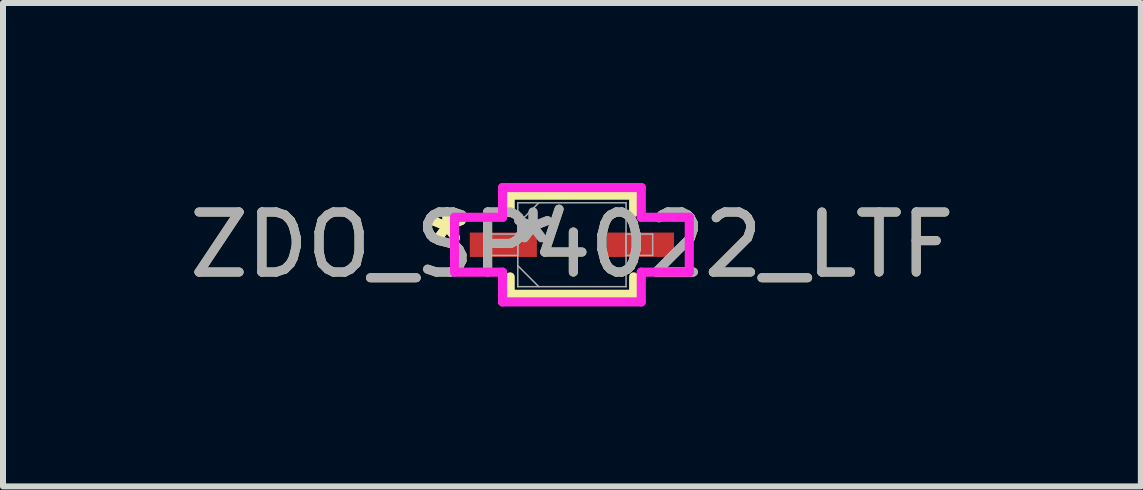
<source format=kicad_pcb>
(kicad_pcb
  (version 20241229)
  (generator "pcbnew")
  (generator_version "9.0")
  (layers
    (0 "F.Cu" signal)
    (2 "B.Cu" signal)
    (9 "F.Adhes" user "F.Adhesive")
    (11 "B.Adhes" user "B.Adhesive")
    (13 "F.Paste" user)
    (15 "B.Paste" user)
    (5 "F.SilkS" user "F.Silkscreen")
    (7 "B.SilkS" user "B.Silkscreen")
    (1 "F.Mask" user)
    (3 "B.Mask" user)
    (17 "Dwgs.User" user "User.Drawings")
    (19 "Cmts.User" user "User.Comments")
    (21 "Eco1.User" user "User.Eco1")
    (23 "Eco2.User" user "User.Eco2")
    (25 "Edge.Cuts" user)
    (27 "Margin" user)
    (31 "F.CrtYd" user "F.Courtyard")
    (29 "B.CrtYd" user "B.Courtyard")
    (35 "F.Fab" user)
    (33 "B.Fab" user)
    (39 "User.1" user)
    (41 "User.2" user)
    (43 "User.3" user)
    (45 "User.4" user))
  (footprint "ZDO_SP4022_LTF"
    (layer "F.Cu")
    (at 6.482 1.029)
    (property "Reference" "ZDO_SP4022_LTF" (at 0 0 0) (unlocked yes) (layer "F.SilkS") (effects (font (size 1 1) (thickness 0.15))))
    (attr smd)
    (fp_line (start -1.029 -0.826) (end -1.029 -0.536) (stroke (width 0.152) (type solid)) (layer "F.SilkS"))
    (fp_line (start -1.029 0.536) (end -1.029 0.826) (stroke (width 0.152) (type solid)) (layer "F.SilkS"))
    (fp_line (start -1.029 0.826) (end 1.029 0.826) (stroke (width 0.152) (type solid)) (layer "F.SilkS"))
    (fp_line (start 1.029 -0.826) (end -1.029 -0.826) (stroke (width 0.152) (type solid)) (layer "F.SilkS"))
    (fp_line (start 1.029 -0.536) (end 1.029 -0.826) (stroke (width 0.152) (type solid)) (layer "F.SilkS"))
    (fp_line (start 1.029 0.826) (end 1.029 0.536) (stroke (width 0.152) (type solid)) (layer "F.SilkS"))
    (fp_line (start -1.956 -0.457) (end -1.156 -0.457) (stroke (width 0.152) (type solid)) (layer "F.CrtYd"))
    (fp_line (start -1.956 0.457) (end -1.956 -0.457) (stroke (width 0.152) (type solid)) (layer "F.CrtYd"))
    (fp_line (start -1.156 -0.953) (end 1.156 -0.953) (stroke (width 0.152) (type solid)) (layer "F.CrtYd"))
    (fp_line (start -1.156 -0.457) (end -1.156 -0.953) (stroke (width 0.152) (type solid)) (layer "F.CrtYd"))
    (fp_line (start -1.156 0.457) (end -1.956 0.457) (stroke (width 0.152) (type solid)) (layer "F.CrtYd"))
    (fp_line (start -1.156 0.953) (end -1.156 0.457) (stroke (width 0.152) (type solid)) (layer "F.CrtYd"))
    (fp_line (start 1.156 -0.953) (end 1.156 -0.457) (stroke (width 0.152) (type solid)) (layer "F.CrtYd"))
    (fp_line (start 1.156 -0.457) (end 1.956 -0.457) (stroke (width 0.152) (type solid)) (layer "F.CrtYd"))
    (fp_line (start 1.156 0.457) (end 1.156 0.953) (stroke (width 0.152) (type solid)) (layer "F.CrtYd"))
    (fp_line (start 1.156 0.953) (end -1.156 0.953) (stroke (width 0.152) (type solid)) (layer "F.CrtYd"))
    (fp_line (start 1.956 -0.457) (end 1.956 0.457) (stroke (width 0.152) (type solid)) (layer "F.CrtYd"))
    (fp_line (start 1.956 0.457) (end 1.156 0.457) (stroke (width 0.152) (type solid)) (layer "F.CrtYd"))
    (fp_line (start -1.346 -0.178) (end -1.346 0.178) (stroke (width 0.025) (type solid)) (layer "F.Fab"))
    (fp_line (start -1.346 0.178) (end -0.902 0.178) (stroke (width 0.025) (type solid)) (layer "F.Fab"))
    (fp_line (start -0.902 -0.699) (end -0.902 0.699) (stroke (width 0.025) (type solid)) (layer "F.Fab"))
    (fp_line (start -0.902 -0.349) (end -0.552 -0.699) (stroke (width 0.025) (type solid)) (layer "F.Fab"))
    (fp_line (start -0.902 -0.178) (end -1.346 -0.178) (stroke (width 0.025) (type solid)) (layer "F.Fab"))
    (fp_line (start -0.902 0.178) (end -0.902 -0.178) (stroke (width 0.025) (type solid)) (layer "F.Fab"))
    (fp_line (start -0.902 0.349) (end -0.552 0.699) (stroke (width 0.025) (type solid)) (layer "F.Fab"))
    (fp_line (start -0.902 0.699) (end 0.902 0.699) (stroke (width 0.025) (type solid)) (layer "F.Fab"))
    (fp_line (start 0.902 -0.699) (end -0.902 -0.699) (stroke (width 0.025) (type solid)) (layer "F.Fab"))
    (fp_line (start 0.902 -0.178) (end 0.902 0.178) (stroke (width 0.025) (type solid)) (layer "F.Fab"))
    (fp_line (start 0.902 0.178) (end 1.346 0.178) (stroke (width 0.025) (type solid)) (layer "F.Fab"))
    (fp_line (start 0.902 0.699) (end 0.902 -0.699) (stroke (width 0.025) (type solid)) (layer "F.Fab"))
    (fp_line (start 1.346 -0.178) (end 0.902 -0.178) (stroke (width 0.025) (type solid)) (layer "F.Fab"))
    (fp_line (start 1.346 0.178) (end 1.346 -0.178) (stroke (width 0.025) (type solid)) (layer "F.Fab"))
    (fp_text user "*" (at -2.083 0 0) (unlocked yes) (layer "F.SilkS") (effects (font (size 1 1) (thickness 0.15))))
    (fp_text user "*" (at -2.083 0 0) (layer "F.SilkS") (effects (font (size 1 1) (thickness 0.15))))
    (fp_text user "*" (at -0.648 0 0) (layer "F.Fab") (effects (font (size 1 1) (thickness 0.15))))
    (fp_text user "${REFERENCE}" (at 0 0 0) (unlocked yes) (layer "F.Fab") (effects (font (size 1 1) (thickness 0.15))))
    (fp_text user "*" (at -0.648 0 0) (unlocked yes) (layer "F.Fab") (effects (font (size 1 1) (thickness 0.15))))
    (pad "1" smd rect (at -1.143 0) (size 1.118 0.406) (layers "F.Cu" "F.Mask" "F.Paste"))
    (pad "2" smd rect (at 1.143 0) (size 1.118 0.406) (layers "F.Cu" "F.Mask" "F.Paste")))
  (gr_rect
    (start -3 -3)
    (end 15.964 5.057)
    (stroke (width 0.1) (type default))
    (fill no)
    (layer "Edge.Cuts")))
</source>
